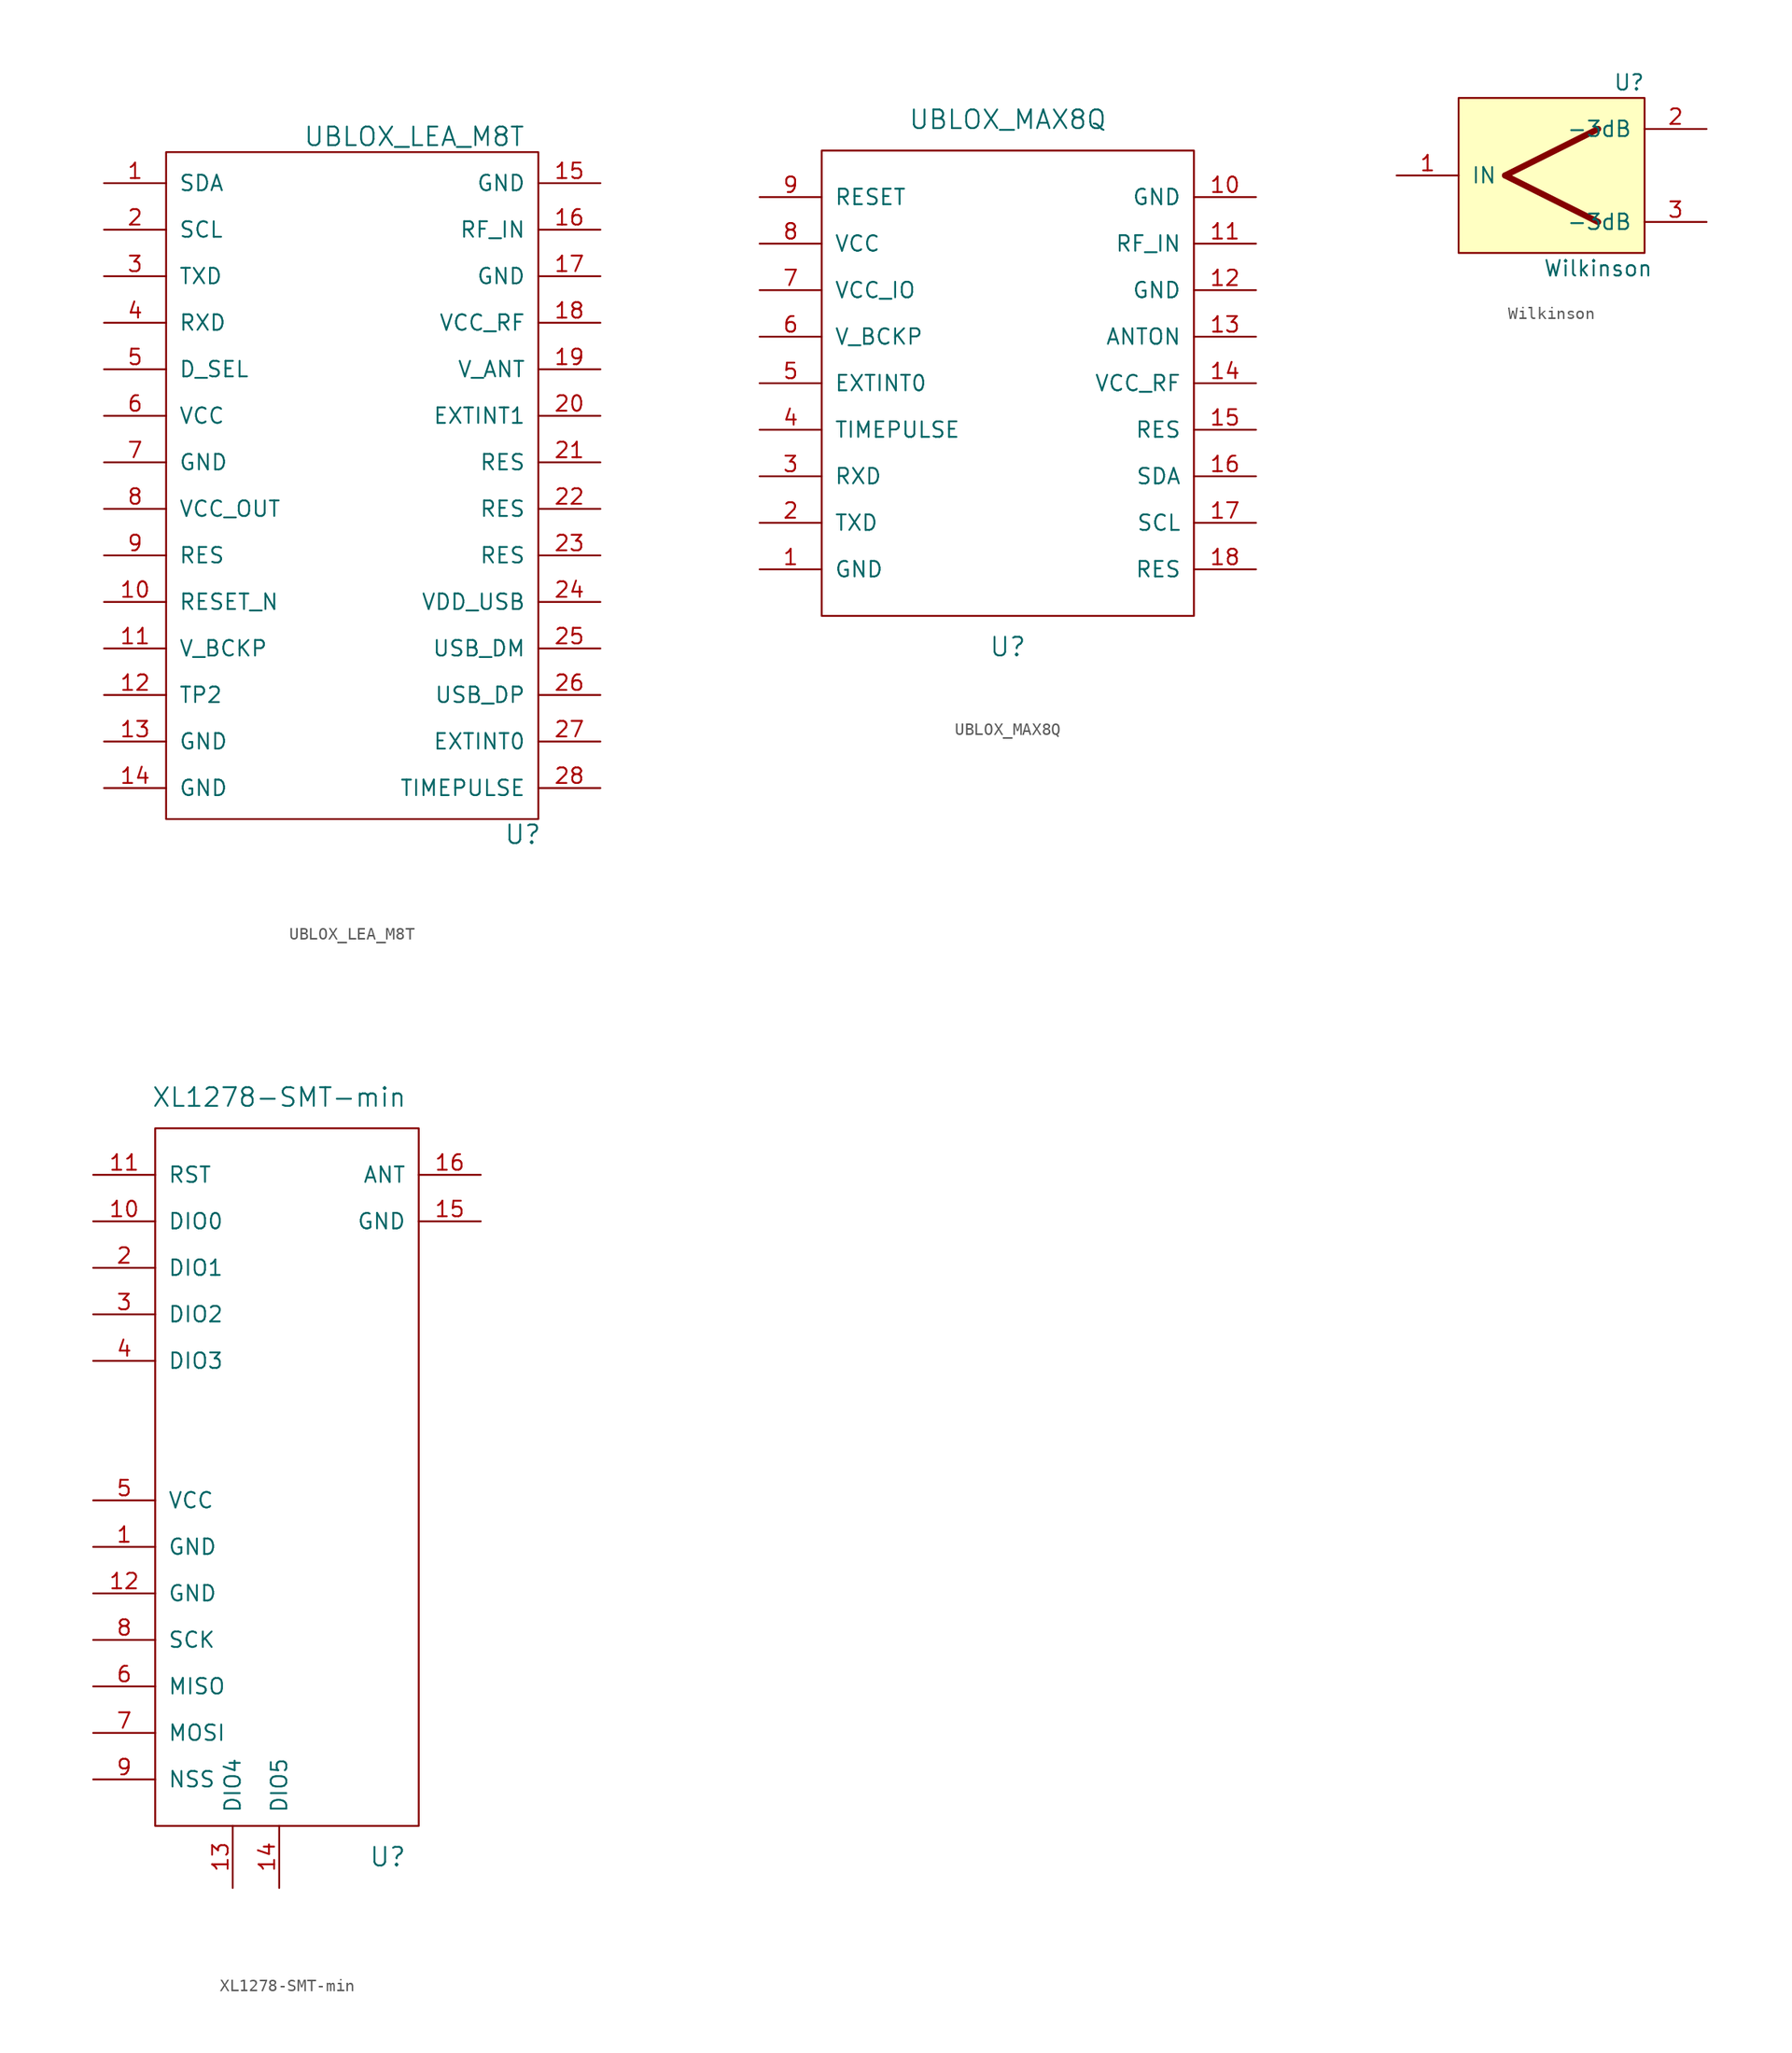
<source format=kicad_sym>
(kicad_symbol_lib
  (version 20211014)
  (generator kicad_symbol_editor)
  (symbol "UBLOX_LEA_M8T"
    (pin_names
      (offset 1.016))
    (property "Reference" "U"
      (at 13.97 -26.67 0)
      (effects (font (size 1.524 1.524))))
    (property "Value" "UBLOX_LEA_M8T"
      (at 5.08 30.48 0)
      (effects (font (size 1.524 1.524))))
    (symbol "UBLOX_LEA_M8T_0_1"
      (rectangle (start -15.24 29.21) (end 15.24 -25.4) (stroke (width 0) (type default) (color 0 0 0 0)) (fill (type none))))
    (symbol "UBLOX_LEA_M8T_1_1"
      (pin input line (at -20.32 26.67 0) (length 5.08) (name "SDA" (effects (font (size 1.27 1.27)))) (number "1" (effects (font (size 1.27 1.27)))))
      (pin input line (at -20.32 -7.62 0) (length 5.08) (name "RESET_N" (effects (font (size 1.27 1.27)))) (number "10" (effects (font (size 1.27 1.27)))))
      (pin input line (at -20.32 -11.43 0) (length 5.08) (name "V_BCKP" (effects (font (size 1.27 1.27)))) (number "11" (effects (font (size 1.27 1.27)))))
      (pin input line (at -20.32 -15.24 0) (length 5.08) (name "TP2" (effects (font (size 1.27 1.27)))) (number "12" (effects (font (size 1.27 1.27)))))
      (pin input line (at -20.32 -19.05 0) (length 5.08) (name "GND" (effects (font (size 1.27 1.27)))) (number "13" (effects (font (size 1.27 1.27)))))
      (pin input line (at -20.32 -22.86 0) (length 5.08) (name "GND" (effects (font (size 1.27 1.27)))) (number "14" (effects (font (size 1.27 1.27)))))
      (pin input line (at 20.32 26.67 180) (length 5.08) (name "GND" (effects (font (size 1.27 1.27)))) (number "15" (effects (font (size 1.27 1.27)))))
      (pin input line (at 20.32 22.86 180) (length 5.08) (name "RF_IN" (effects (font (size 1.27 1.27)))) (number "16" (effects (font (size 1.27 1.27)))))
      (pin input line (at 20.32 19.05 180) (length 5.08) (name "GND" (effects (font (size 1.27 1.27)))) (number "17" (effects (font (size 1.27 1.27)))))
      (pin input line (at 20.32 15.24 180) (length 5.08) (name "VCC_RF" (effects (font (size 1.27 1.27)))) (number "18" (effects (font (size 1.27 1.27)))))
      (pin input line (at 20.32 11.43 180) (length 5.08) (name "V_ANT" (effects (font (size 1.27 1.27)))) (number "19" (effects (font (size 1.27 1.27)))))
      (pin input line (at -20.32 22.86 0) (length 5.08) (name "SCL" (effects (font (size 1.27 1.27)))) (number "2" (effects (font (size 1.27 1.27)))))
      (pin input line (at 20.32 7.62 180) (length 5.08) (name "EXTINT1" (effects (font (size 1.27 1.27)))) (number "20" (effects (font (size 1.27 1.27)))))
      (pin input line (at 20.32 3.81 180) (length 5.08) (name "RES" (effects (font (size 1.27 1.27)))) (number "21" (effects (font (size 1.27 1.27)))))
      (pin input line (at 20.32 0 180) (length 5.08) (name "RES" (effects (font (size 1.27 1.27)))) (number "22" (effects (font (size 1.27 1.27)))))
      (pin input line (at 20.32 -3.81 180) (length 5.08) (name "RES" (effects (font (size 1.27 1.27)))) (number "23" (effects (font (size 1.27 1.27)))))
      (pin input line (at 20.32 -7.62 180) (length 5.08) (name "VDD_USB" (effects (font (size 1.27 1.27)))) (number "24" (effects (font (size 1.27 1.27)))))
      (pin input line (at 20.32 -11.43 180) (length 5.08) (name "USB_DM" (effects (font (size 1.27 1.27)))) (number "25" (effects (font (size 1.27 1.27)))))
      (pin input line (at 20.32 -15.24 180) (length 5.08) (name "USB_DP" (effects (font (size 1.27 1.27)))) (number "26" (effects (font (size 1.27 1.27)))))
      (pin input line (at 20.32 -19.05 180) (length 5.08) (name "EXTINT0" (effects (font (size 1.27 1.27)))) (number "27" (effects (font (size 1.27 1.27)))))
      (pin input line (at 20.32 -22.86 180) (length 5.08) (name "TIMEPULSE" (effects (font (size 1.27 1.27)))) (number "28" (effects (font (size 1.27 1.27)))))
      (pin input line (at -20.32 19.05 0) (length 5.08) (name "TXD" (effects (font (size 1.27 1.27)))) (number "3" (effects (font (size 1.27 1.27)))))
      (pin input line (at -20.32 15.24 0) (length 5.08) (name "RXD" (effects (font (size 1.27 1.27)))) (number "4" (effects (font (size 1.27 1.27)))))
      (pin input line (at -20.32 11.43 0) (length 5.08) (name "D_SEL" (effects (font (size 1.27 1.27)))) (number "5" (effects (font (size 1.27 1.27)))))
      (pin input line (at -20.32 7.62 0) (length 5.08) (name "VCC" (effects (font (size 1.27 1.27)))) (number "6" (effects (font (size 1.27 1.27)))))
      (pin input line (at -20.32 3.81 0) (length 5.08) (name "GND" (effects (font (size 1.27 1.27)))) (number "7" (effects (font (size 1.27 1.27)))))
      (pin input line (at -20.32 0 0) (length 5.08) (name "VCC_OUT" (effects (font (size 1.27 1.27)))) (number "8" (effects (font (size 1.27 1.27)))))
      (pin input line (at -20.32 -3.81 0) (length 5.08) (name "RES" (effects (font (size 1.27 1.27)))) (number "9" (effects (font (size 1.27 1.27)))))))
  (symbol "UBLOX_MAX8Q"
    (pin_names
      (offset 1.016))
    (property "Reference" "U"
      (at 0 -20.32 0)
      (effects (font (size 1.524 1.524))))
    (property "Value" "UBLOX_MAX8Q"
      (at 0 22.86 0)
      (effects (font (size 1.524 1.524))))
    (symbol "UBLOX_MAX8Q_0_1"
      (rectangle (start -15.24 20.32) (end 15.24 -17.78) (stroke (width 0) (type default) (color 0 0 0 0)) (fill (type none))))
    (symbol "UBLOX_MAX8Q_1_1"
      (pin input line (at -20.32 -13.97 0) (length 5.08) (name "GND" (effects (font (size 1.27 1.27)))) (number "1" (effects (font (size 1.27 1.27)))))
      (pin input line (at 20.32 16.51 180) (length 5.08) (name "GND" (effects (font (size 1.27 1.27)))) (number "10" (effects (font (size 1.27 1.27)))))
      (pin input line (at 20.32 12.7 180) (length 5.08) (name "RF_IN" (effects (font (size 1.27 1.27)))) (number "11" (effects (font (size 1.27 1.27)))))
      (pin input line (at 20.32 8.89 180) (length 5.08) (name "GND" (effects (font (size 1.27 1.27)))) (number "12" (effects (font (size 1.27 1.27)))))
      (pin input line (at 20.32 5.08 180) (length 5.08) (name "ANTON" (effects (font (size 1.27 1.27)))) (number "13" (effects (font (size 1.27 1.27)))))
      (pin input line (at 20.32 1.27 180) (length 5.08) (name "VCC_RF" (effects (font (size 1.27 1.27)))) (number "14" (effects (font (size 1.27 1.27)))))
      (pin input line (at 20.32 -2.54 180) (length 5.08) (name "RES" (effects (font (size 1.27 1.27)))) (number "15" (effects (font (size 1.27 1.27)))))
      (pin input line (at 20.32 -6.35 180) (length 5.08) (name "SDA" (effects (font (size 1.27 1.27)))) (number "16" (effects (font (size 1.27 1.27)))))
      (pin input line (at 20.32 -10.16 180) (length 5.08) (name "SCL" (effects (font (size 1.27 1.27)))) (number "17" (effects (font (size 1.27 1.27)))))
      (pin input line (at 20.32 -13.97 180) (length 5.08) (name "RES" (effects (font (size 1.27 1.27)))) (number "18" (effects (font (size 1.27 1.27)))))
      (pin input line (at -20.32 -10.16 0) (length 5.08) (name "TXD" (effects (font (size 1.27 1.27)))) (number "2" (effects (font (size 1.27 1.27)))))
      (pin input line (at -20.32 -6.35 0) (length 5.08) (name "RXD" (effects (font (size 1.27 1.27)))) (number "3" (effects (font (size 1.27 1.27)))))
      (pin input line (at -20.32 -2.54 0) (length 5.08) (name "TIMEPULSE" (effects (font (size 1.27 1.27)))) (number "4" (effects (font (size 1.27 1.27)))))
      (pin input line (at -20.32 1.27 0) (length 5.08) (name "EXTINT0" (effects (font (size 1.27 1.27)))) (number "5" (effects (font (size 1.27 1.27)))))
      (pin input line (at -20.32 5.08 0) (length 5.08) (name "V_BCKP" (effects (font (size 1.27 1.27)))) (number "6" (effects (font (size 1.27 1.27)))))
      (pin input line (at -20.32 8.89 0) (length 5.08) (name "VCC_IO" (effects (font (size 1.27 1.27)))) (number "7" (effects (font (size 1.27 1.27)))))
      (pin input line (at -20.32 12.7 0) (length 5.08) (name "VCC" (effects (font (size 1.27 1.27)))) (number "8" (effects (font (size 1.27 1.27)))))
      (pin input line (at -20.32 16.51 0) (length 5.08) (name "RESET" (effects (font (size 1.27 1.27)))) (number "9" (effects (font (size 1.27 1.27)))))))
  (symbol "Wilkinson"
    (pin_names
      (offset 1.016))
    (property "Reference" "U"
      (at 8.89 10.16 0)
      (effects (font (size 1.27 1.27))))
    (property "Value" "Wilkinson"
      (at 6.35 -5.08 0)
      (effects (font (size 1.27 1.27))))
    (symbol "Wilkinson_0_1"
      (rectangle (start -5.08 8.89) (end 10.16 -3.81) (stroke (width 0) (type default) (color 0 0 0 0)) (fill (type background)))
      (polyline (pts (xy -1.27 2.54) (xy 6.35 -1.27)) (stroke (width 0.508) (type default) (color 0 0 0 0)) (fill (type none)))
      (polyline (pts (xy -1.27 2.54) (xy 6.35 6.35)) (stroke (width 0.508) (type default) (color 0 0 0 0)) (fill (type none))))
    (symbol "Wilkinson_1_1"
      (pin input line (at -10.16 2.54 0) (length 5.08) (name "IN" (effects (font (size 1.27 1.27)))) (number "1" (effects (font (size 1.27 1.27)))))
      (pin input line (at 15.24 6.35 180) (length 5.08) (name "-3dB" (effects (font (size 1.27 1.27)))) (number "2" (effects (font (size 1.27 1.27)))))
      (pin input line (at 15.24 -1.27 180) (length 5.08) (name "-3dB" (effects (font (size 1.27 1.27)))) (number "3" (effects (font (size 1.27 1.27)))))))
  (symbol "XL1278-SMT-min"
    (pin_names
      (offset 1.016))
    (property "Reference" "U"
      (at -8.89 -27.94 0)
      (effects (font (size 1.524 1.524))))
    (property "Value" "XL1278-SMT-min"
      (at -17.78 34.29 0)
      (effects (font (size 1.524 1.524))))
    (symbol "XL1278-SMT-min_0_1"
      (rectangle (start -27.94 31.75) (end -6.35 -25.4) (stroke (width 0) (type default) (color 0 0 0 0)) (fill (type none))))
    (symbol "XL1278-SMT-min_1_1"
      (pin input line (at -33.02 -2.54 0) (length 5.08) (name "GND" (effects (font (size 1.27 1.27)))) (number "1" (effects (font (size 1.27 1.27)))))
      (pin input line (at -33.02 24.13 0) (length 5.08) (name "DIO0" (effects (font (size 1.27 1.27)))) (number "10" (effects (font (size 1.27 1.27)))))
      (pin input line (at -33.02 27.94 0) (length 5.08) (name "RST" (effects (font (size 1.27 1.27)))) (number "11" (effects (font (size 1.27 1.27)))))
      (pin input line (at -33.02 -6.35 0) (length 5.08) (name "GND" (effects (font (size 1.27 1.27)))) (number "12" (effects (font (size 1.27 1.27)))))
      (pin input line (at -21.59 -30.48 90) (length 5.08) (name "DIO4" (effects (font (size 1.27 1.27)))) (number "13" (effects (font (size 1.27 1.27)))))
      (pin input line (at -17.78 -30.48 90) (length 5.08) (name "DIO5" (effects (font (size 1.27 1.27)))) (number "14" (effects (font (size 1.27 1.27)))))
      (pin input line (at -1.27 24.13 180) (length 5.08) (name "GND" (effects (font (size 1.27 1.27)))) (number "15" (effects (font (size 1.27 1.27)))))
      (pin input line (at -1.27 27.94 180) (length 5.08) (name "ANT" (effects (font (size 1.27 1.27)))) (number "16" (effects (font (size 1.27 1.27)))))
      (pin input line (at -33.02 20.32 0) (length 5.08) (name "DIO1" (effects (font (size 1.27 1.27)))) (number "2" (effects (font (size 1.27 1.27)))))
      (pin input line (at -33.02 16.51 0) (length 5.08) (name "DIO2" (effects (font (size 1.27 1.27)))) (number "3" (effects (font (size 1.27 1.27)))))
      (pin input line (at -33.02 12.7 0) (length 5.08) (name "DIO3" (effects (font (size 1.27 1.27)))) (number "4" (effects (font (size 1.27 1.27)))))
      (pin input line (at -33.02 1.27 0) (length 5.08) (name "VCC" (effects (font (size 1.27 1.27)))) (number "5" (effects (font (size 1.27 1.27)))))
      (pin input line (at -33.02 -13.97 0) (length 5.08) (name "MISO" (effects (font (size 1.27 1.27)))) (number "6" (effects (font (size 1.27 1.27)))))
      (pin input line (at -33.02 -17.78 0) (length 5.08) (name "MOSI" (effects (font (size 1.27 1.27)))) (number "7" (effects (font (size 1.27 1.27)))))
      (pin input line (at -33.02 -10.16 0) (length 5.08) (name "SCK" (effects (font (size 1.27 1.27)))) (number "8" (effects (font (size 1.27 1.27)))))
      (pin input line (at -33.02 -21.59 0) (length 5.08) (name "NSS" (effects (font (size 1.27 1.27)))) (number "9" (effects (font (size 1.27 1.27))))))))
</source>
